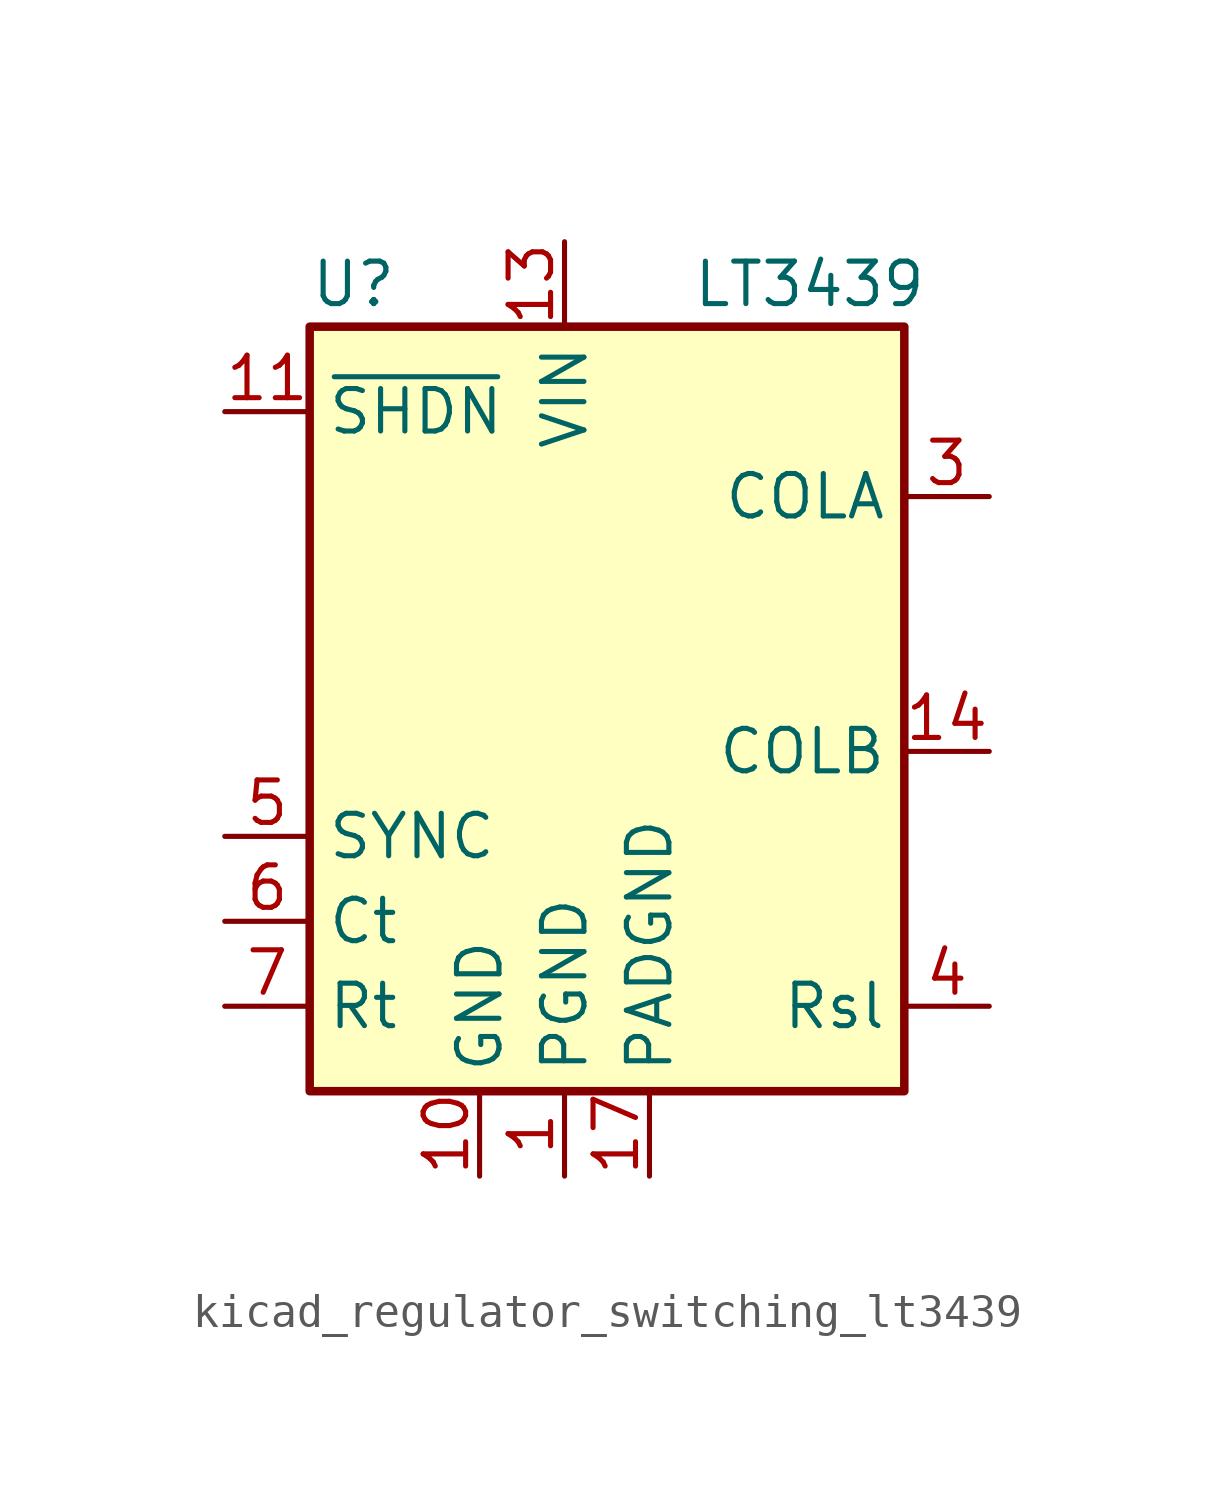
<source format=kicad_sym>
(kicad_symbol_lib
  (version 20220914)
  (generator kicad_symbol_editor)
  (symbol "kicad_regulator_switching_lt3439"
    (property "Reference" "U"
      (at -7.62 11.43 0)
      (effects (font (size 1.27 1.27)) (justify left)))
    (property "Value" "LT3439"
      (at 3.81 11.43 0)
      (effects (font (size 1.27 1.27)) (justify left)))
    (symbol "kicad_regulator_switching_lt3439_0_1"
      (rectangle (start -7.62 10.16) (end 10.16 -12.7) (stroke (width 0.254) (type default)) (fill (type background))))
    (symbol "kicad_regulator_switching_lt3439_1_1"
      (pin power_in line (at 0 -15.24 90) (length 2.54) (name "PGND" (effects (font (size 1.27 1.27)))) (number "1" (effects (font (size 1.27 1.27)))))
      (pin power_in line (at -2.54 -15.24 90) (length 2.54) (name "GND" (effects (font (size 1.27 1.27)))) (number "10" (effects (font (size 1.27 1.27)))))
      (pin input line (at -10.16 7.62 0) (length 2.54) (name "~{SHDN}" (effects (font (size 1.27 1.27)))) (number "11" (effects (font (size 1.27 1.27)))))
      (pin no_connect line (at -7.62 -2.54 0) (length 2.54) hide (name "NC" (effects (font (size 1.27 1.27)))) (number "12" (effects (font (size 1.27 1.27)))))
      (pin power_in line (at 0 12.7 270) (length 2.54) (name "VIN" (effects (font (size 1.27 1.27)))) (number "13" (effects (font (size 1.27 1.27)))))
      (pin output line (at 12.7 -2.54 180) (length 2.54) (name "COLB" (effects (font (size 1.27 1.27)))) (number "14" (effects (font (size 1.27 1.27)))))
      (pin no_connect line (at 10.16 0 180) (length 2.54) hide (name "NC" (effects (font (size 1.27 1.27)))) (number "15" (effects (font (size 1.27 1.27)))))
      (pin passive line (at 0 -15.24 90) (length 2.54) hide (name "PGND" (effects (font (size 1.27 1.27)))) (number "16" (effects (font (size 1.27 1.27)))))
      (pin power_in line (at 2.54 -15.24 90) (length 2.54) (name "PADGND" (effects (font (size 1.27 1.27)))) (number "17" (effects (font (size 1.27 1.27)))))
      (pin no_connect line (at -7.62 5.08 0) (length 2.54) hide (name "NC" (effects (font (size 1.27 1.27)))) (number "2" (effects (font (size 1.27 1.27)))))
      (pin output line (at 12.7 5.08 180) (length 2.54) (name "COLA" (effects (font (size 1.27 1.27)))) (number "3" (effects (font (size 1.27 1.27)))))
      (pin passive line (at 12.7 -10.16 180) (length 2.54) (name "Rsl" (effects (font (size 1.27 1.27)))) (number "4" (effects (font (size 1.27 1.27)))))
      (pin passive line (at -10.16 -5.08 0) (length 2.54) (name "SYNC" (effects (font (size 1.27 1.27)))) (number "5" (effects (font (size 1.27 1.27)))))
      (pin passive line (at -10.16 -7.62 0) (length 2.54) (name "Ct" (effects (font (size 1.27 1.27)))) (number "6" (effects (font (size 1.27 1.27)))))
      (pin passive line (at -10.16 -10.16 0) (length 2.54) (name "Rt" (effects (font (size 1.27 1.27)))) (number "7" (effects (font (size 1.27 1.27)))))
      (pin no_connect line (at -7.62 2.54 0) (length 2.54) hide (name "NC" (effects (font (size 1.27 1.27)))) (number "8" (effects (font (size 1.27 1.27)))))
      (pin no_connect line (at -7.62 0 0) (length 2.54) hide (name "NC" (effects (font (size 1.27 1.27)))) (number "9" (effects (font (size 1.27 1.27))))))))
</source>
